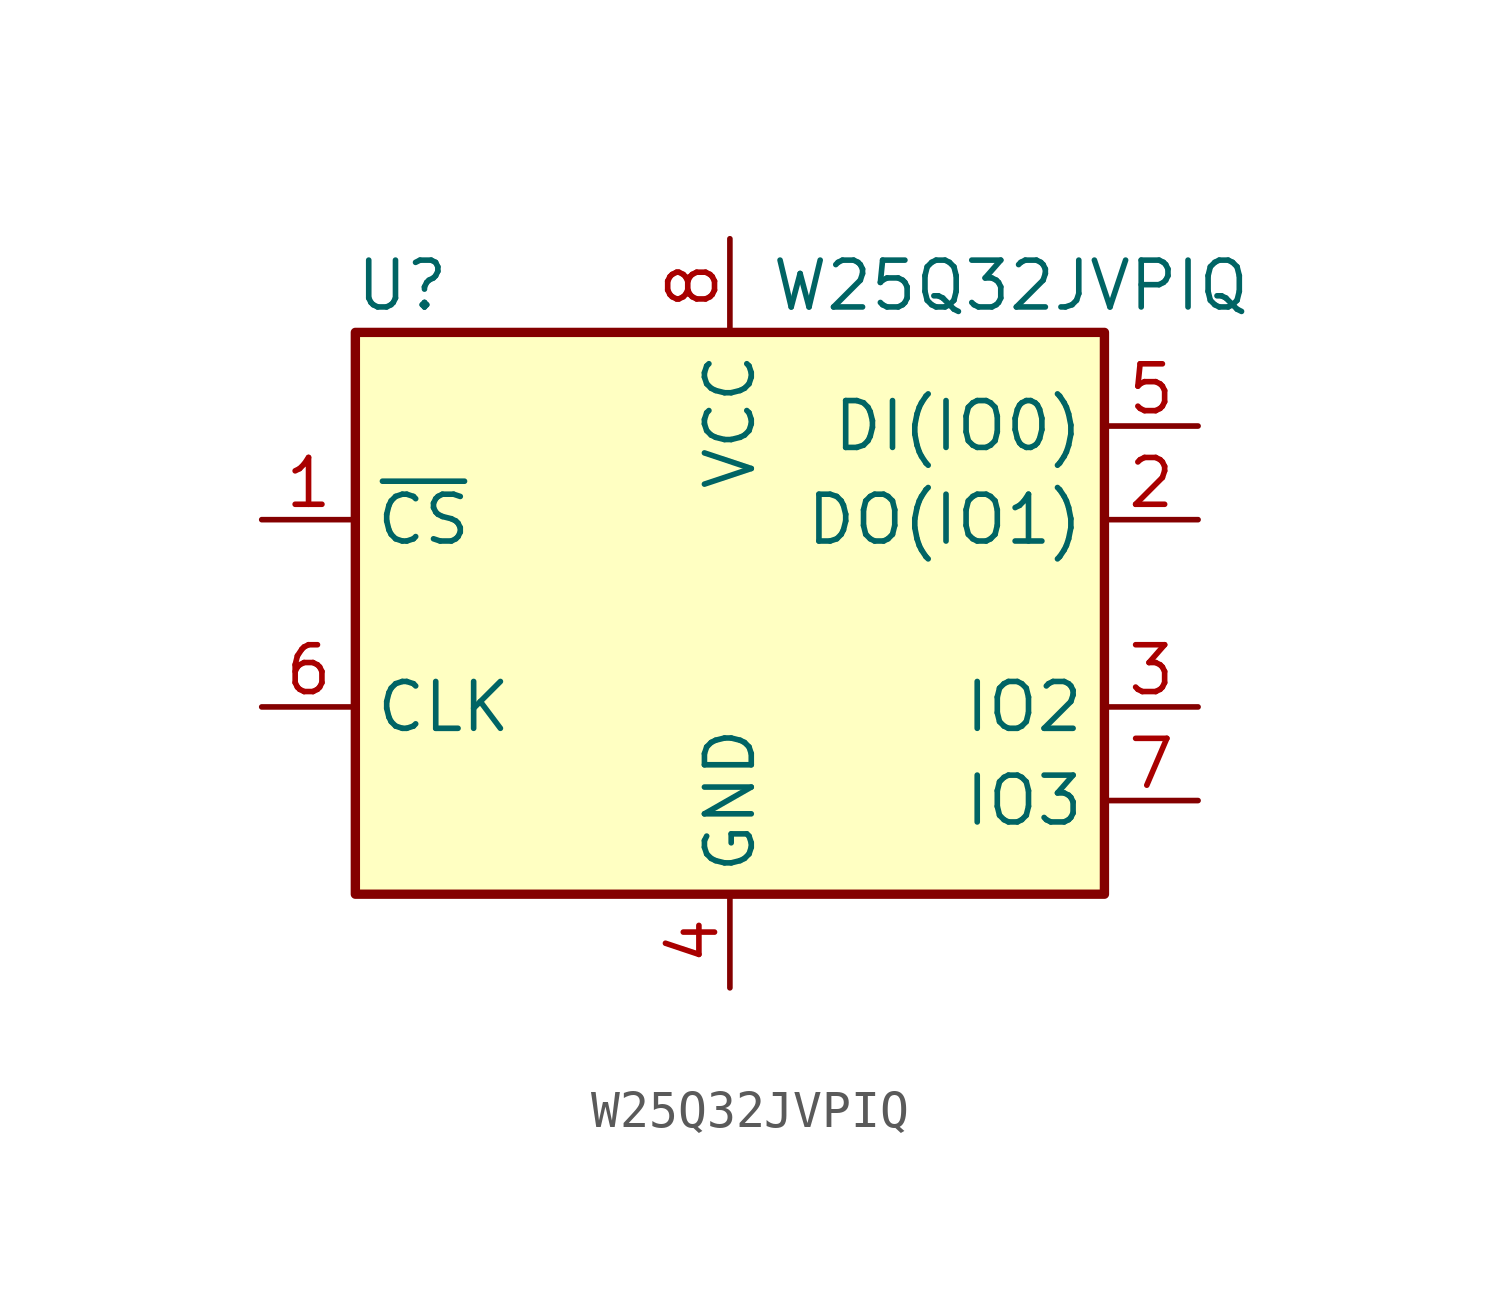
<source format=kicad_sym>
(kicad_symbol_lib
  (version 20211014)
  (generator kicad_symbol_editor)
  (symbol "W25Q32JVPIQ"
    (property "Reference" "U"
      (at -8.89 8.89 0)
      (effects (font (size 1.27 1.27))))
    (property "Value" "W25Q32JVPIQ"
      (at 7.62 8.89 0)
      (effects (font (size 1.27 1.27))))
    (symbol "W25Q32JVPIQ_0_1"
      (rectangle (start -10.16 7.62) (end 10.16 -7.62) (stroke (width 0.254) (type default) (color 0 0 0 0)) (fill (type background))))
    (symbol "W25Q32JVPIQ_1_1"
      (pin input line (at -12.7 2.54 0) (length 2.54) (name "~{CS}" (effects (font (size 1.27 1.27)))) (number "1" (effects (font (size 1.27 1.27)))))
      (pin bidirectional line (at 12.7 2.54 180) (length 2.54) (name "DO(IO1)" (effects (font (size 1.27 1.27)))) (number "2" (effects (font (size 1.27 1.27)))))
      (pin bidirectional line (at 12.7 -2.54 180) (length 2.54) (name "IO2" (effects (font (size 1.27 1.27)))) (number "3" (effects (font (size 1.27 1.27)))))
      (pin power_in line (at 0 -10.16 90) (length 2.54) (name "GND" (effects (font (size 1.27 1.27)))) (number "4" (effects (font (size 1.27 1.27)))))
      (pin bidirectional line (at 12.7 5.08 180) (length 2.54) (name "DI(IO0)" (effects (font (size 1.27 1.27)))) (number "5" (effects (font (size 1.27 1.27)))))
      (pin input line (at -12.7 -2.54 0) (length 2.54) (name "CLK" (effects (font (size 1.27 1.27)))) (number "6" (effects (font (size 1.27 1.27)))))
      (pin bidirectional line (at 12.7 -5.08 180) (length 2.54) (name "IO3" (effects (font (size 1.27 1.27)))) (number "7" (effects (font (size 1.27 1.27)))))
      (pin power_in line (at 0 10.16 270) (length 2.54) (name "VCC" (effects (font (size 1.27 1.27)))) (number "8" (effects (font (size 1.27 1.27))))))))
</source>
